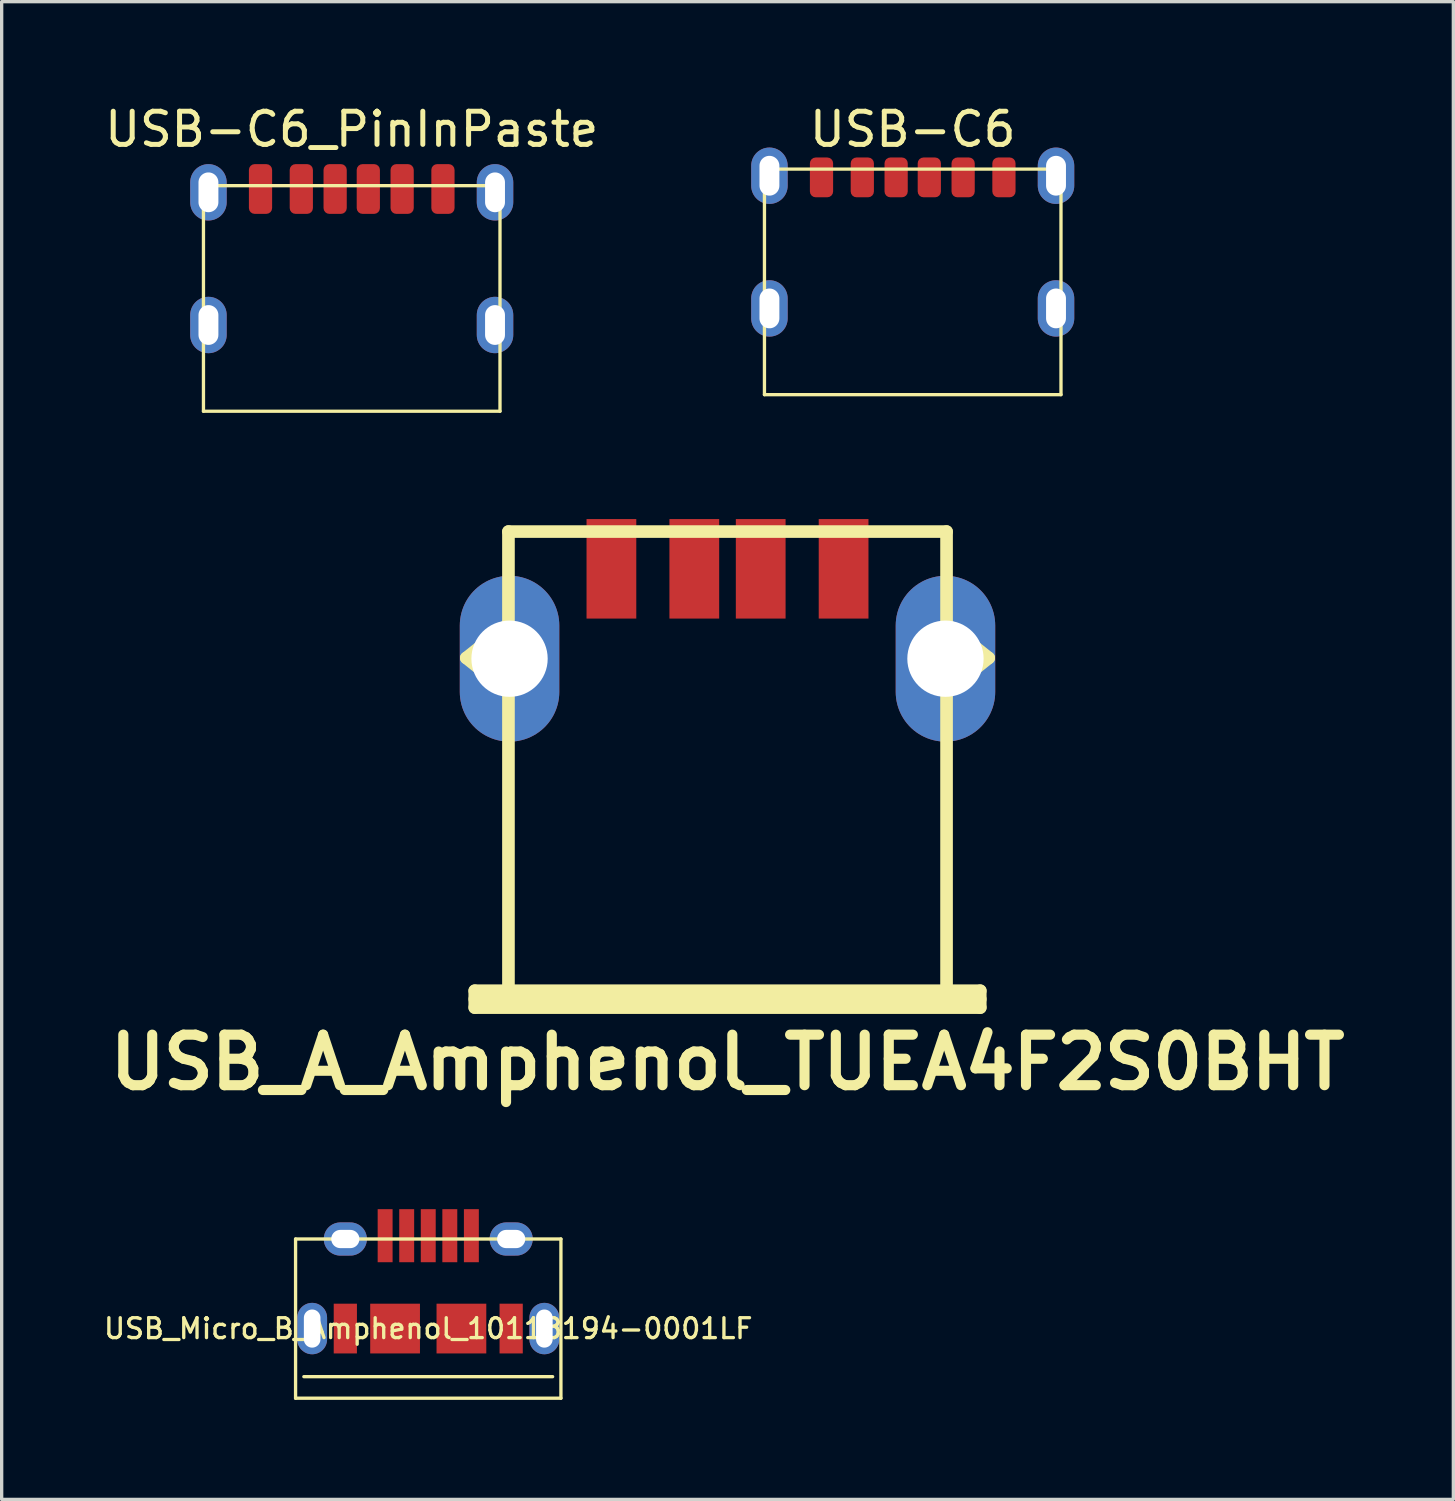
<source format=kicad_pcb>
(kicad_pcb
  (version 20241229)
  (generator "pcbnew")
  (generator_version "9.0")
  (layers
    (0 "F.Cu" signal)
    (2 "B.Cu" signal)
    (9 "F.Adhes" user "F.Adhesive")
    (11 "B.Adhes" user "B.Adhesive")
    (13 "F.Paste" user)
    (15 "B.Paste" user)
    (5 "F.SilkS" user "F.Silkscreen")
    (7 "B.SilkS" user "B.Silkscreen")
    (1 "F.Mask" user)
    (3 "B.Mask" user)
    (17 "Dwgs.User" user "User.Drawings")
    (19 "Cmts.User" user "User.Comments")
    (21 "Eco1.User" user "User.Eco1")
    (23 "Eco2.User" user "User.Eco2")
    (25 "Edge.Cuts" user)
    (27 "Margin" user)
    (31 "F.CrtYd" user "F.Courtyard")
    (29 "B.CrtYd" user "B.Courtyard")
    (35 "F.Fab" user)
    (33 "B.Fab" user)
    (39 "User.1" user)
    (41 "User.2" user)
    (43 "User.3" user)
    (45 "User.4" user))
  (footprint "USB-C6"
    (layer "F.Cu")
    (at 24.467 8.848)
    (property "Reference" "USB-C6" (at 0 -8 0) (layer "F.SilkS") (effects (font (size 1 1) (thickness 0.15))))
    (attr smd)
    (fp_line (start -4.47 -6.8) (end -4.47 0) (stroke (width 0.1) (type solid)) (layer "F.SilkS"))
    (fp_line (start -4.47 0) (end 4.47 0) (stroke (width 0.1) (type solid)) (layer "F.SilkS"))
    (fp_line (start 4.47 -6.8) (end -4.47 -6.8) (stroke (width 0.1) (type solid)) (layer "F.SilkS"))
    (fp_line (start 4.47 -6.8) (end 4.47 0) (stroke (width 0.1) (type solid)) (layer "F.SilkS"))
    (pad "" smd roundrect (at -5.11 -2.6) (size 2.3 1.7) (layers "F.Paste") (roundrect_rratio 0.25))
    (pad "" smd roundrect (at -5.11 -2.6) (size 2.5 1.9) (layers "F.Mask") (roundrect_rratio 0.25))
    (pad "" smd roundrect (at -5.1 -6.61) (size 2.3 1.7) (layers "F.Paste") (roundrect_rratio 0.25))
    (pad "" smd roundrect (at -5.1 -6.61) (size 2.5 1.9) (layers "F.Mask") (roundrect_rratio 0.25))
    (pad "" smd roundrect (at 5.1 -6.6) (size 2.3 1.7) (layers "F.Paste") (roundrect_rratio 0.25))
    (pad "" smd roundrect (at 5.1 -6.6) (size 2.5 1.9) (layers "F.Mask") (roundrect_rratio 0.25))
    (pad "" smd roundrect (at 5.11 -2.62) (size 2.3 1.7) (layers "F.Paste") (roundrect_rratio 0.25))
    (pad "" smd roundrect (at 5.11 -2.62) (size 2.5 1.9) (layers "F.Mask") (roundrect_rratio 0.25))
    (pad "0" thru_hole oval (at -4.32 -6.6) (size 1.1 1.7) (drill oval 0.6 1.2) (layers "*.Cu" "*.Mask"))
    (pad "0" thru_hole oval (at -4.32 -2.6) (size 1.1 1.7) (drill oval 0.6 1.2) (layers "*.Cu" "*.Mask"))
    (pad "0" thru_hole oval (at 4.32 -6.6) (size 1.1 1.7) (drill oval 0.6 1.2) (layers "*.Cu" "*.Mask"))
    (pad "0" thru_hole oval (at 4.32 -2.6) (size 1.1 1.7) (drill oval 0.6 1.2) (layers "*.Cu" "*.Mask"))
    (pad "A5" smd roundrect (at -0.5 -6.55) (size 0.7 1.2) (layers "F.Cu" "F.Mask" "F.Paste") (roundrect_rratio 0.25))
    (pad "A9" smd roundrect (at 1.52 -6.55) (size 0.7 1.2) (layers "F.Cu" "F.Mask" "F.Paste") (roundrect_rratio 0.25))
    (pad "A12" smd roundrect (at 2.75 -6.55) (size 0.7 1.2) (layers "F.Cu" "F.Mask" "F.Paste") (roundrect_rratio 0.25))
    (pad "B5" smd roundrect (at 0.5 -6.55) (size 0.7 1.2) (layers "F.Cu" "F.Mask" "F.Paste") (roundrect_rratio 0.25))
    (pad "B9" smd roundrect (at -1.52 -6.55) (size 0.7 1.2) (layers "F.Cu" "F.Mask" "F.Paste") (roundrect_rratio 0.25))
    (pad "B12" smd roundrect (at -2.75 -6.55) (size 0.7 1.2) (layers "F.Cu" "F.Mask" "F.Paste") (roundrect_rratio 0.25)))
  (footprint "USB_A_Amphenol_TUEA4F2S0BHT"
    (layer "F.Cu")
    (at 18.883 20.088)
    (property "Reference" "USB_A_Amphenol_TUEA4F2S0BHT" (at 0 8.89 180) (layer "F.SilkS") (effects (font (size 1.524 1.524) (thickness 0.305))))
    (attr through_hole)
    (fp_line (start -7.874 -3.302) (end -6.604 -2.286) (stroke (width 0.381) (type solid)) (layer "F.SilkS"))
    (fp_line (start -7.62 6.731) (end -7.62 7.239) (stroke (width 0.381) (type solid)) (layer "F.SilkS"))
    (fp_line (start -7.62 6.731) (end 7.62 6.731) (stroke (width 0.381) (type solid)) (layer "F.SilkS"))
    (fp_line (start -7.62 6.985) (end 7.62 6.985) (stroke (width 0.381) (type solid)) (layer "F.SilkS"))
    (fp_line (start -6.604 -7.112) (end -6.604 7.112) (stroke (width 0.381) (type solid)) (layer "F.SilkS"))
    (fp_line (start -6.604 -4.318) (end -7.874 -3.302) (stroke (width 0.381) (type solid)) (layer "F.SilkS"))
    (fp_line (start 6.604 -7.112) (end -6.604 -7.112) (stroke (width 0.381) (type solid)) (layer "F.SilkS"))
    (fp_line (start 6.604 -4.318) (end 7.874 -3.302) (stroke (width 0.381) (type solid)) (layer "F.SilkS"))
    (fp_line (start 6.604 7.112) (end 6.604 -7.112) (stroke (width 0.381) (type solid)) (layer "F.SilkS"))
    (fp_line (start 7.62 6.731) (end 7.62 7.239) (stroke (width 0.381) (type solid)) (layer "F.SilkS"))
    (fp_line (start 7.62 7.239) (end -7.62 7.239) (stroke (width 0.381) (type solid)) (layer "F.SilkS"))
    (fp_line (start 7.874 -3.302) (end 6.604 -2.286) (stroke (width 0.381) (type solid)) (layer "F.SilkS"))
    (pad "1" smd rect (at -3.5 -5.989) (size 1.5 3) (layers "F.Cu" "F.Mask" "F.Paste"))
    (pad "2" smd rect (at -1.001 -5.989) (size 1.5 3) (layers "F.Cu" "F.Mask" "F.Paste"))
    (pad "3" smd rect (at 1.001 -5.989) (size 1.5 3) (layers "F.Cu" "F.Mask" "F.Paste"))
    (pad "4" smd rect (at 3.5 -5.989) (size 1.5 3) (layers "F.Cu" "F.Mask" "F.Paste"))
    (pad "5" thru_hole oval (at -6.571 -3.279) (size 3 5) (drill 2.3) (layers "*.Cu" "*.Mask"))
    (pad "6" thru_hole oval (at 6.571 -3.279) (size 3 5) (drill 2.3) (layers "*.Cu" "*.Mask")))
  (footprint "USB-C6_PinInPaste"
    (layer "F.Cu")
    (at 7.554 9.348)
    (property "Reference" "USB-C6_PinInPaste" (at 0 -8.5 0) (layer "F.SilkS") (effects (font (size 1 1) (thickness 0.15))))
    (attr smd)
    (fp_line (start -4.47 -6.8) (end -4.47 0) (stroke (width 0.1) (type solid)) (layer "F.SilkS"))
    (fp_line (start -4.47 0) (end 4.47 0) (stroke (width 0.1) (type solid)) (layer "F.SilkS"))
    (fp_line (start 4.47 -6.8) (end -4.47 -6.8) (stroke (width 0.1) (type solid)) (layer "F.SilkS"))
    (fp_line (start 4.47 -6.8) (end 4.47 0) (stroke (width 0.1) (type solid)) (layer "F.SilkS"))
    (pad "" smd roundrect (at -5.11 -2.6) (size 2.3 1.7) (layers "F.Paste") (roundrect_rratio 0.25))
    (pad "" smd roundrect (at -5.11 -2.6) (size 2.5 1.9) (layers "F.Mask") (roundrect_rratio 0.25))
    (pad "" smd roundrect (at -5.1 -6.61) (size 2.3 1.7) (layers "F.Paste") (roundrect_rratio 0.25))
    (pad "" smd roundrect (at -5.1 -6.61) (size 2.5 1.9) (layers "F.Mask") (roundrect_rratio 0.25))
    (pad "" thru_hole oval (at -4.32 -6.6) (size 1.1 1.7) (drill oval 0.6 1.2) (layers "*.Cu" "*.Mask"))
    (pad "" thru_hole oval (at -4.32 -2.6) (size 1.1 1.7) (drill oval 0.6 1.2) (layers "*.Cu" "*.Mask"))
    (pad "" thru_hole oval (at 4.32 -6.6) (size 1.1 1.7) (drill oval 0.6 1.2) (layers "*.Cu" "*.Mask"))
    (pad "" thru_hole oval (at 4.32 -2.6) (size 1.1 1.7) (drill oval 0.6 1.2) (layers "*.Cu" "*.Mask"))
    (pad "" smd roundrect (at 5.1 -6.6) (size 2.3 1.7) (layers "F.Paste") (roundrect_rratio 0.25))
    (pad "" smd roundrect (at 5.1 -6.6) (size 2.5 1.9) (layers "F.Mask") (roundrect_rratio 0.25))
    (pad "" smd roundrect (at 5.11 -2.62) (size 2.3 1.7) (layers "F.Paste") (roundrect_rratio 0.25))
    (pad "" smd roundrect (at 5.11 -2.62) (size 2.5 1.9) (layers "F.Mask") (roundrect_rratio 0.25))
    (pad "A5" smd roundrect (at 0.5 -6.7 180) (size 0.7 1.5) (layers "F.Cu" "F.Mask" "F.Paste") (roundrect_rratio 0.25))
    (pad "A9" smd roundrect (at -1.52 -6.7 180) (size 0.7 1.5) (layers "F.Cu" "F.Mask" "F.Paste") (roundrect_rratio 0.25))
    (pad "A12" smd roundrect (at -2.75 -6.7 180) (size 0.7 1.5) (layers "F.Cu" "F.Mask" "F.Paste") (roundrect_rratio 0.25))
    (pad "B5" smd roundrect (at -0.5 -6.7 180) (size 0.7 1.5) (layers "F.Cu" "F.Mask" "F.Paste") (roundrect_rratio 0.25))
    (pad "B9" smd roundrect (at 1.52 -6.7 180) (size 0.7 1.5) (layers "F.Cu" "F.Mask" "F.Paste") (roundrect_rratio 0.25))
    (pad "B12" smd roundrect (at 2.75 -6.7 180) (size 0.7 1.5) (layers "F.Cu" "F.Mask" "F.Paste") (roundrect_rratio 0.25))
    (zone (net_name "") (layers "F.Cu" "F.SilkS") (hatch edge 0.5) (connect_pads) (min_thickness 0.25) (filled_areas_thickness no) (keepout (tracks allowed) (vias allowed) (pads allowed) (copperpour not_allowed) (footprints allowed)) (placement (enabled no)) (fill) (polygon (pts (xy 2.554 3.748) (xy 3.454 3.748) (xy 3.754 3.648) (xy 3.954 3.348) (xy 3.954 2.148) (xy 3.754 1.848) (xy 3.454 1.748) (xy 1.554 1.748) (xy 1.254 1.848) (xy 1.154 2.148) (xy 1.154 3.348) (xy 1.254 3.648) (xy 1.554 3.748) (xy 2.254 3.748))))
    (zone (net_name "") (layers "F.Cu" "F.SilkS") (hatch edge 0.5) (connect_pads) (min_thickness 0.25) (filled_areas_thickness no) (keepout (tracks allowed) (vias allowed) (pads allowed) (copperpour not_allowed) (footprints allowed)) (placement (enabled no)) (fill) (polygon (pts (xy 2.554 7.748) (xy 3.454 7.748) (xy 3.754 7.648) (xy 3.954 7.348) (xy 3.954 6.148) (xy 3.754 5.848) (xy 3.454 5.748) (xy 1.554 5.748) (xy 1.254 5.848) (xy 1.154 6.148) (xy 1.154 7.348) (xy 1.254 7.648) (xy 1.554 7.748) (xy 2.254 7.748))))
    (zone (net_name "") (layers "F.Cu" "F.SilkS") (hatch edge 0.5) (connect_pads) (min_thickness 0.25) (filled_areas_thickness no) (keepout (tracks allowed) (vias allowed) (pads allowed) (copperpour not_allowed) (footprints allowed)) (placement (enabled no)) (fill) (polygon (pts (xy 12.554 1.748) (xy 11.654 1.748) (xy 11.354 1.848) (xy 11.154 2.148) (xy 11.154 3.348) (xy 11.354 3.648) (xy 11.654 3.748) (xy 13.554 3.748) (xy 13.854 3.648) (xy 13.954 3.348) (xy 13.954 2.148) (xy 13.854 1.848) (xy 13.554 1.748) (xy 12.854 1.748))))
    (zone (net_name "") (layers "F.Cu" "F.SilkS") (hatch edge 0.5) (connect_pads) (min_thickness 0.25) (filled_areas_thickness no) (keepout (tracks allowed) (vias allowed) (pads allowed) (copperpour not_allowed) (footprints allowed)) (placement (enabled no)) (fill) (polygon (pts (xy 12.554 5.748) (xy 11.654 5.748) (xy 11.354 5.848) (xy 11.154 6.148) (xy 11.154 7.348) (xy 11.354 7.648) (xy 11.654 7.748) (xy 13.554 7.748) (xy 13.854 7.648) (xy 13.954 7.348) (xy 13.954 6.148) (xy 13.854 5.848) (xy 13.554 5.748) (xy 12.854 5.748)))))
  (footprint "USB_Micro_B_Amphenol_10118194-0001LF"
    (layer "F.Cu")
    (at 9.861 37.004)
    (property "Reference" "USB_Micro_B_Amphenol_10118194-0001LF" (at 0 0 180) (layer "F.SilkS") (effects (font (size 0.6 0.6) (thickness 0.1))))
    (attr smd)
    (fp_line (start -4 -2.7) (end -4 2.1) (stroke (width 0.1) (type solid)) (layer "F.SilkS"))
    (fp_line (start -4 -2.7) (end 4 -2.7) (stroke (width 0.1) (type solid)) (layer "F.SilkS"))
    (fp_line (start -4 2.1) (end 4 2.1) (stroke (width 0.1) (type solid)) (layer "F.SilkS"))
    (fp_line (start 3.75 1.45) (end -3.75 1.45) (stroke (width 0.1) (type solid)) (layer "F.SilkS"))
    (fp_line (start 4 -2.7) (end 4 2.1) (stroke (width 0.1) (type solid)) (layer "F.SilkS"))
    (pad "1" smd rect (at -1.3 -2.8) (size 0.45 1.6) (layers "F.Cu" "F.Mask" "F.Paste"))
    (pad "2" smd rect (at -0.65 -2.8) (size 0.45 1.6) (layers "F.Cu" "F.Mask" "F.Paste"))
    (pad "3" smd rect (at 0 -2.8) (size 0.45 1.6) (layers "F.Cu" "F.Mask" "F.Paste"))
    (pad "4" smd rect (at 0.65 -2.8) (size 0.45 1.6) (layers "F.Cu" "F.Mask" "F.Paste"))
    (pad "5" smd rect (at 1.3 -2.8) (size 0.45 1.6) (layers "F.Cu" "F.Mask" "F.Paste"))
    (pad "6" thru_hole oval (at -3.5 0) (size 0.9 1.55) (drill oval 0.5 1.15) (layers "*.Cu" "*.Mask" "F.Paste"))
    (pad "6" thru_hole oval (at -2.5 -2.7) (size 1.3 1) (drill oval 0.85 0.55) (layers "*.Cu" "*.Mask" "F.Paste"))
    (pad "6" smd rect (at -2.5 0) (size 0.7 1.5) (layers "F.Cu" "F.Mask" "F.Paste"))
    (pad "6" smd rect (at -1 0) (size 1.5 1.5) (layers "F.Cu" "F.Mask" "F.Paste"))
    (pad "6" smd rect (at 1 0) (size 1.5 1.5) (layers "F.Cu" "F.Mask" "F.Paste"))
    (pad "6" thru_hole oval (at 2.5 -2.7) (size 1.3 1) (drill oval 0.85 0.55) (layers "*.Cu" "*.Mask" "F.Paste"))
    (pad "6" smd rect (at 2.5 0) (size 0.7 1.5) (layers "F.Cu" "F.Mask" "F.Paste"))
    (pad "6" thru_hole oval (at 3.5 0) (size 0.9 1.55) (drill oval 0.5 1.15) (layers "*.Cu" "*.Mask" "F.Paste")))
  (gr_rect
    (start -3 -3)
    (end 40.766 42.154)
    (stroke (width 0.1) (type default))
    (fill no)
    (layer "Edge.Cuts")))
</source>
